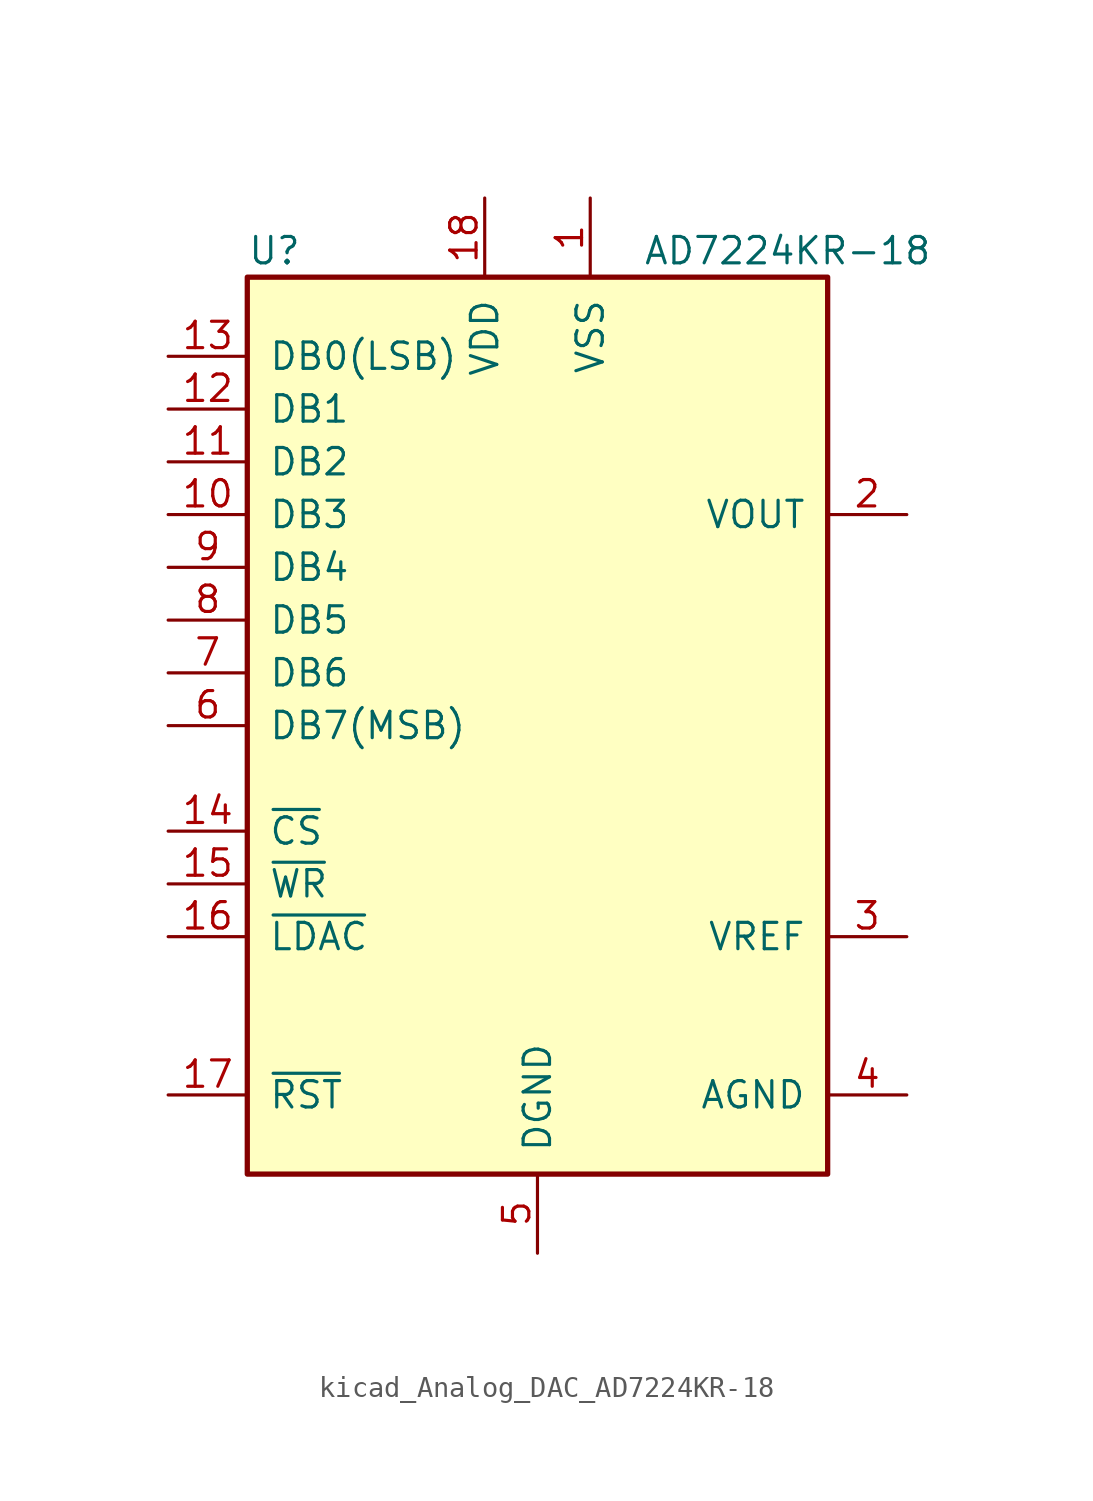
<source format=kicad_sym>
(kicad_symbol_lib
  (version 20220914)
  (generator kicad_symbol_editor)
  (symbol "kicad_Analog_DAC_AD7224KR-18"
    (pin_names
      (offset 1.016))
    (property "Reference" "U"
      (at -13.97 22.86 0)
      (effects (font (size 1.27 1.27)) (justify left)))
    (property "Value" "AD7224KR-18"
      (at 5.08 22.86 0)
      (effects (font (size 1.27 1.27)) (justify left)))
    (symbol "kicad_Analog_DAC_AD7224KR-18_1_1"
      (rectangle (start -13.97 -21.59) (end 13.97 21.59) (stroke (width 0.254) (type default)) (fill (type background)))
      (pin power_in line (at 2.54 25.4 270) (length 3.81) (name "VSS" (effects (font (size 1.27 1.27)))) (number "1" (effects (font (size 1.27 1.27)))))
      (pin input line (at -17.78 10.16 0) (length 3.81) (name "DB3" (effects (font (size 1.27 1.27)))) (number "10" (effects (font (size 1.27 1.27)))))
      (pin input line (at -17.78 12.7 0) (length 3.81) (name "DB2" (effects (font (size 1.27 1.27)))) (number "11" (effects (font (size 1.27 1.27)))))
      (pin input line (at -17.78 15.24 0) (length 3.81) (name "DB1" (effects (font (size 1.27 1.27)))) (number "12" (effects (font (size 1.27 1.27)))))
      (pin input line (at -17.78 17.78 0) (length 3.81) (name "DB0(LSB)" (effects (font (size 1.27 1.27)))) (number "13" (effects (font (size 1.27 1.27)))))
      (pin input line (at -17.78 -5.08 0) (length 3.81) (name "~{CS}" (effects (font (size 1.27 1.27)))) (number "14" (effects (font (size 1.27 1.27)))))
      (pin input line (at -17.78 -7.62 0) (length 3.81) (name "~{WR}" (effects (font (size 1.27 1.27)))) (number "15" (effects (font (size 1.27 1.27)))))
      (pin input line (at -17.78 -10.16 0) (length 3.81) (name "~{LDAC}" (effects (font (size 1.27 1.27)))) (number "16" (effects (font (size 1.27 1.27)))))
      (pin input line (at -17.78 -17.78 0) (length 3.81) (name "~{RST}" (effects (font (size 1.27 1.27)))) (number "17" (effects (font (size 1.27 1.27)))))
      (pin power_in line (at -2.54 25.4 270) (length 3.81) (name "VDD" (effects (font (size 1.27 1.27)))) (number "18" (effects (font (size 1.27 1.27)))))
      (pin output line (at 17.78 10.16 180) (length 3.81) (name "VOUT" (effects (font (size 1.27 1.27)))) (number "2" (effects (font (size 1.27 1.27)))))
      (pin passive line (at 17.78 -10.16 180) (length 3.81) (name "VREF" (effects (font (size 1.27 1.27)))) (number "3" (effects (font (size 1.27 1.27)))))
      (pin passive line (at 17.78 -17.78 180) (length 3.81) (name "AGND" (effects (font (size 1.27 1.27)))) (number "4" (effects (font (size 1.27 1.27)))))
      (pin power_in line (at 0 -25.4 90) (length 3.81) (name "DGND" (effects (font (size 1.27 1.27)))) (number "5" (effects (font (size 1.27 1.27)))))
      (pin input line (at -17.78 0 0) (length 3.81) (name "DB7(MSB)" (effects (font (size 1.27 1.27)))) (number "6" (effects (font (size 1.27 1.27)))))
      (pin input line (at -17.78 2.54 0) (length 3.81) (name "DB6" (effects (font (size 1.27 1.27)))) (number "7" (effects (font (size 1.27 1.27)))))
      (pin input line (at -17.78 5.08 0) (length 3.81) (name "DB5" (effects (font (size 1.27 1.27)))) (number "8" (effects (font (size 1.27 1.27)))))
      (pin input line (at -17.78 7.62 0) (length 3.81) (name "DB4" (effects (font (size 1.27 1.27)))) (number "9" (effects (font (size 1.27 1.27))))))))
</source>
